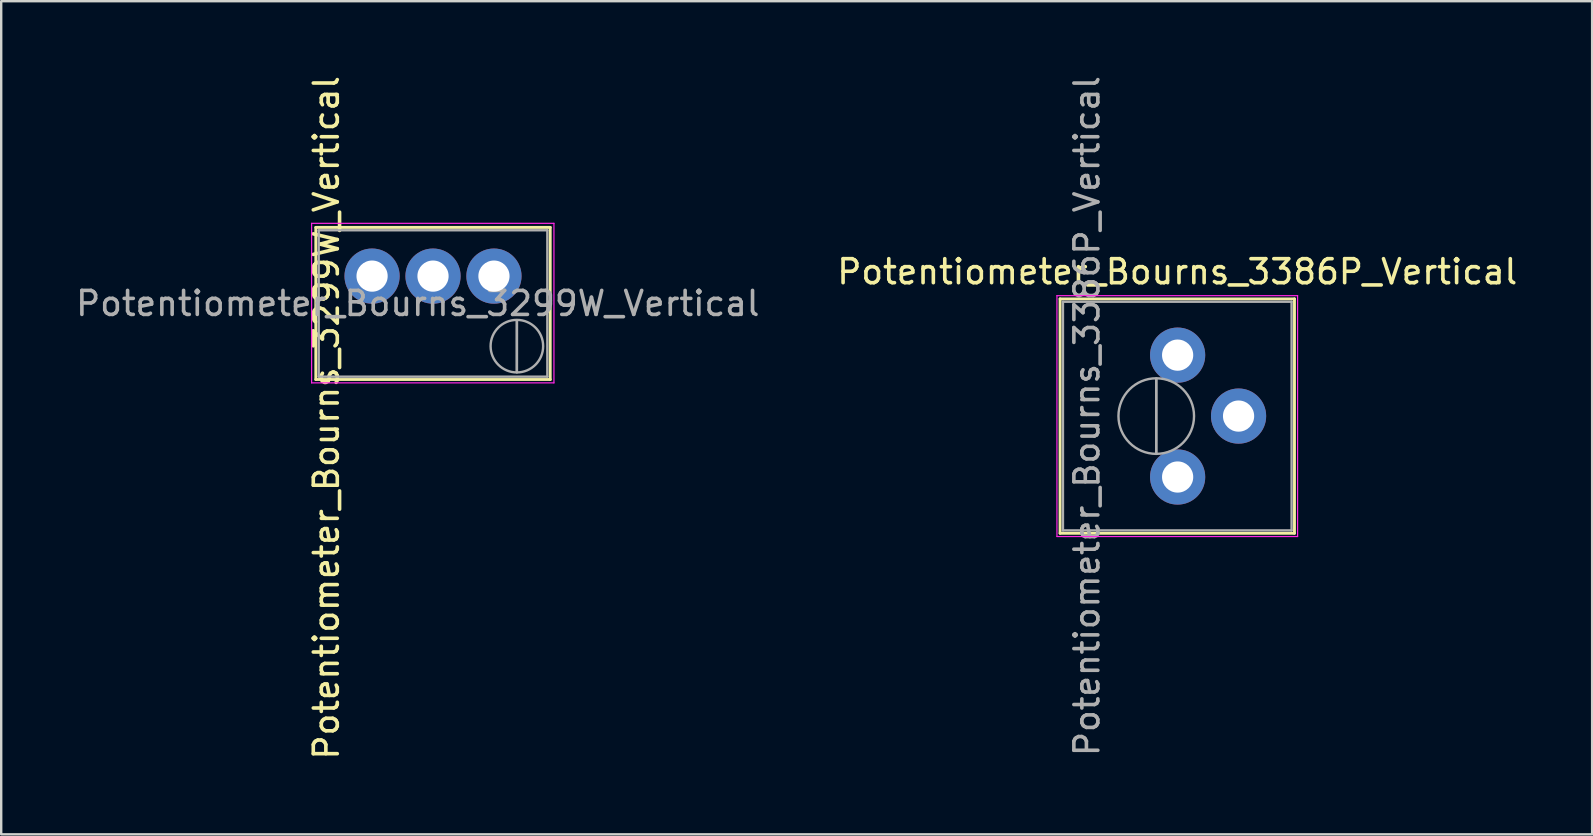
<source format=kicad_pcb>
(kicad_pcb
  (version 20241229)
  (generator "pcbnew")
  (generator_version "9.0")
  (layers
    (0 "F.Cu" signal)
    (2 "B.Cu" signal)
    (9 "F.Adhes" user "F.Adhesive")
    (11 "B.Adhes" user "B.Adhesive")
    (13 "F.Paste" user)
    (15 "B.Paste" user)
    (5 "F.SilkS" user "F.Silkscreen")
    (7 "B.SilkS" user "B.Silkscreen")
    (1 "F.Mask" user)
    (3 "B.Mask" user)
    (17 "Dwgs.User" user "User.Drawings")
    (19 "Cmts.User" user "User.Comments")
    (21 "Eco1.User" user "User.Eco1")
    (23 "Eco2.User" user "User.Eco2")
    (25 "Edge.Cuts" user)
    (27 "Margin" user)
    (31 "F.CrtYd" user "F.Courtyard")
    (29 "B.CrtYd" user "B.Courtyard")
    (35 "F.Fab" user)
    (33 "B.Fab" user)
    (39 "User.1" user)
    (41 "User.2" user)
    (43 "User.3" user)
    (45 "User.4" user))
  (footprint "Potentiometer_Bourns_3386P_Vertical"
    (layer "F.Cu")
    (at 46.033 16.832)
    (property "Reference" "Potentiometer_Bourns_3386P_Vertical" (at -0.015 -8.555 0) (layer "F.SilkS") (effects (font (size 1 1) (thickness 0.15))))
    (attr through_hole)
    (fp_line (start -4.9 -7.425) (end -4.9 2.345) (stroke (width 0.12) (type solid)) (layer "F.SilkS"))
    (fp_line (start -4.9 -7.425) (end 4.87 -7.425) (stroke (width 0.12) (type solid)) (layer "F.SilkS"))
    (fp_line (start -4.9 2.345) (end 4.87 2.345) (stroke (width 0.12) (type solid)) (layer "F.SilkS"))
    (fp_line (start 4.87 -7.425) (end 4.87 2.345) (stroke (width 0.12) (type solid)) (layer "F.SilkS"))
    (fp_line (start -5.03 -7.56) (end -5.03 2.48) (stroke (width 0.05) (type solid)) (layer "F.CrtYd"))
    (fp_line (start -5.03 2.48) (end 5 2.48) (stroke (width 0.05) (type solid)) (layer "F.CrtYd"))
    (fp_line (start 5 -7.56) (end -5.03 -7.56) (stroke (width 0.05) (type solid)) (layer "F.CrtYd"))
    (fp_line (start 5 2.48) (end 5 -7.56) (stroke (width 0.05) (type solid)) (layer "F.CrtYd"))
    (fp_line (start -4.78 -7.305) (end -4.78 2.225) (stroke (width 0.1) (type solid)) (layer "F.Fab"))
    (fp_line (start -4.78 2.225) (end 4.75 2.225) (stroke (width 0.1) (type solid)) (layer "F.Fab"))
    (fp_line (start -0.891 -0.98) (end -0.89 -4.099) (stroke (width 0.1) (type solid)) (layer "F.Fab"))
    (fp_line (start -0.891 -0.98) (end -0.89 -4.099) (stroke (width 0.1) (type solid)) (layer "F.Fab"))
    (fp_line (start 4.75 -7.305) (end -4.78 -7.305) (stroke (width 0.1) (type solid)) (layer "F.Fab"))
    (fp_line (start 4.75 2.225) (end 4.75 -7.305) (stroke (width 0.1) (type solid)) (layer "F.Fab"))
    (fp_circle (center -0.891 -2.54) (end 0.684 -2.54) (stroke (width 0.1) (type solid)) (fill no) (layer "F.Fab"))
    (fp_text user "${REFERENCE}" (at -3.78 -2.54 90) (layer "F.Fab") (effects (font (size 1 1) (thickness 0.15))))
    (pad "1" thru_hole circle (at 0 0) (size 2.3 2.3) (drill 1.3) (layers "*.Cu" "*.Mask"))
    (pad "2" thru_hole circle (at 2.54 -2.54) (size 2.3 2.3) (drill 1.3) (layers "*.Cu" "*.Mask"))
    (pad "3" thru_hole circle (at 0 -5.08) (size 2.3 2.3) (drill 1.3) (layers "*.Cu" "*.Mask")))
  (footprint "Potentiometer_Bourns_3299W_Vertical"
    (layer "F.Cu")
    (at 17.538 8.458)
    (property "Reference" "Potentiometer_Bourns_3299W_Vertical" (at -6.985 5.905 90) (layer "F.SilkS") (effects (font (size 1 1) (thickness 0.15))))
    (attr through_hole)
    (fp_line (start -7.425 -2.03) (end -7.425 4.31) (stroke (width 0.12) (type solid)) (layer "F.SilkS"))
    (fp_line (start -7.425 -2.03) (end 2.345 -2.03) (stroke (width 0.12) (type solid)) (layer "F.SilkS"))
    (fp_line (start -7.425 4.31) (end 2.345 4.31) (stroke (width 0.12) (type solid)) (layer "F.SilkS"))
    (fp_line (start 2.345 -2.03) (end 2.345 4.31) (stroke (width 0.12) (type solid)) (layer "F.SilkS"))
    (fp_line (start -7.6 -2.2) (end -7.6 4.45) (stroke (width 0.05) (type solid)) (layer "F.CrtYd"))
    (fp_line (start -7.6 4.45) (end 2.5 4.45) (stroke (width 0.05) (type solid)) (layer "F.CrtYd"))
    (fp_line (start 2.5 -2.2) (end -7.6 -2.2) (stroke (width 0.05) (type solid)) (layer "F.CrtYd"))
    (fp_line (start 2.5 4.45) (end 2.5 -2.2) (stroke (width 0.05) (type solid)) (layer "F.CrtYd"))
    (fp_line (start -7.305 -1.91) (end -7.305 4.19) (stroke (width 0.1) (type solid)) (layer "F.Fab"))
    (fp_line (start -7.305 4.19) (end 2.225 4.19) (stroke (width 0.1) (type solid)) (layer "F.Fab"))
    (fp_line (start 0.955 4.005) (end 0.956 1.836) (stroke (width 0.1) (type solid)) (layer "F.Fab"))
    (fp_line (start 0.955 4.005) (end 0.956 1.836) (stroke (width 0.1) (type solid)) (layer "F.Fab"))
    (fp_line (start 2.225 -1.91) (end -7.305 -1.91) (stroke (width 0.1) (type solid)) (layer "F.Fab"))
    (fp_line (start 2.225 4.19) (end 2.225 -1.91) (stroke (width 0.1) (type solid)) (layer "F.Fab"))
    (fp_circle (center 0.955 2.92) (end 2.05 2.92) (stroke (width 0.1) (type solid)) (fill no) (layer "F.Fab"))
    (fp_text user "${REFERENCE}" (at -3.175 1.14 0) (layer "F.Fab") (effects (font (size 1 1) (thickness 0.15))))
    (pad "1" thru_hole circle (at 0 0) (size 2.3 2.3) (drill 1.3) (layers "*.Cu" "*.Mask"))
    (pad "2" thru_hole circle (at -2.54 0) (size 2.3 2.3) (drill 1.3) (layers "*.Cu" "*.Mask"))
    (pad "3" thru_hole circle (at -5.08 0) (size 2.3 2.3) (drill 1.3) (layers "*.Cu" "*.Mask")))
  (gr_rect
    (start -3 -3)
    (end 63.31 31.726)
    (stroke (width 0.1) (type default))
    (fill no)
    (layer "Edge.Cuts")))
</source>
